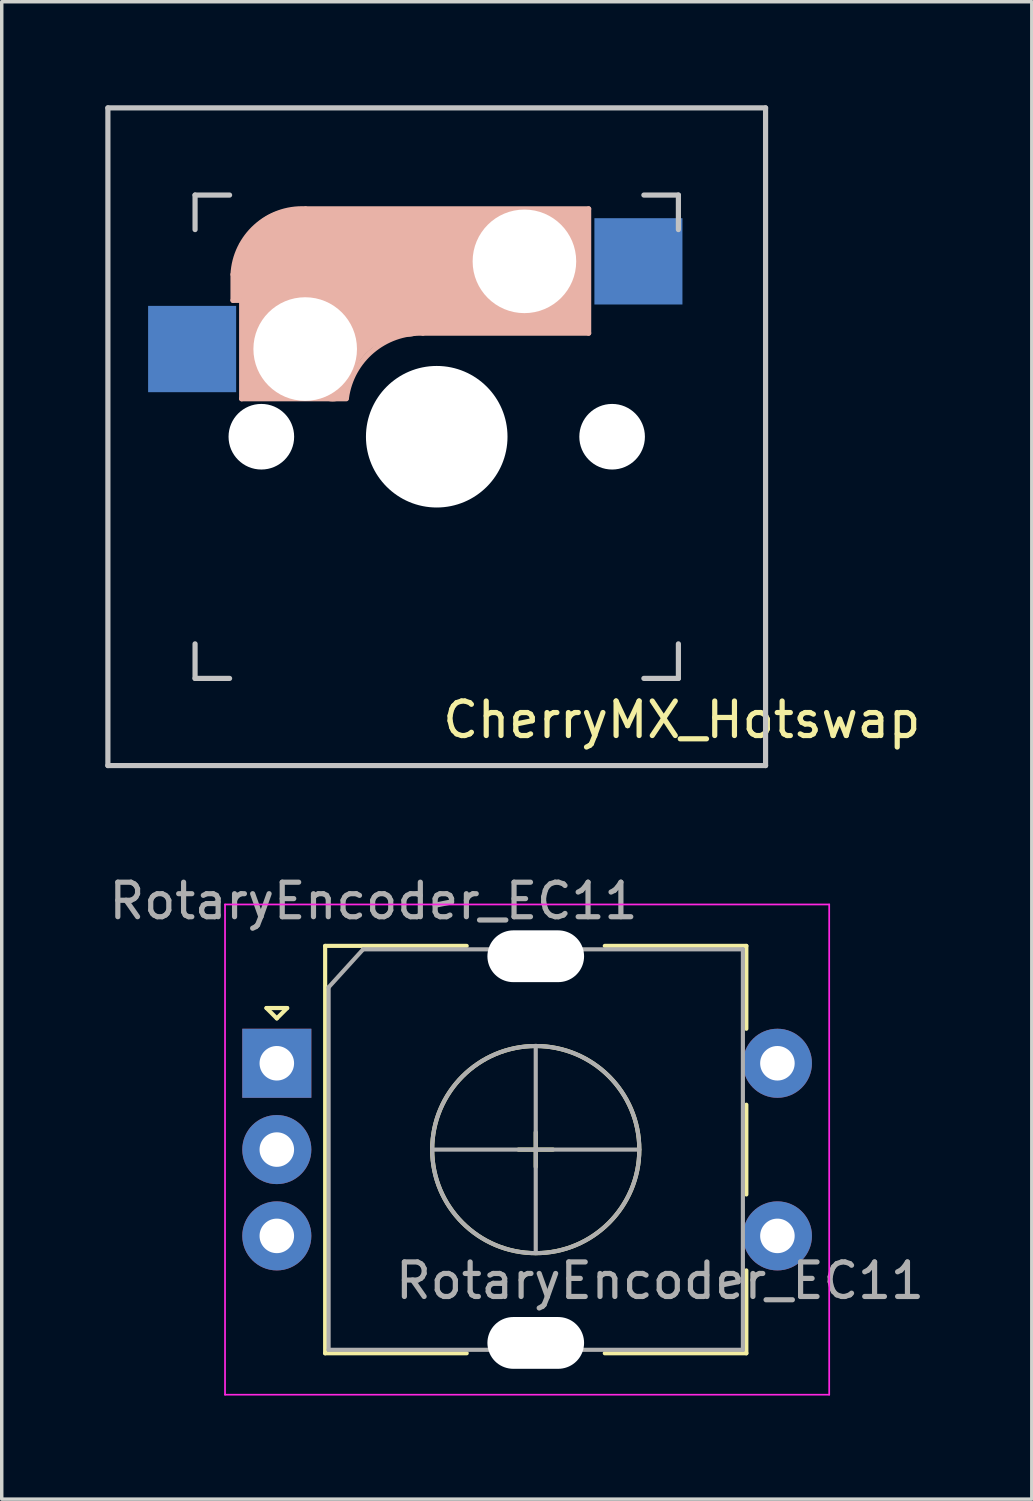
<source format=kicad_pcb>
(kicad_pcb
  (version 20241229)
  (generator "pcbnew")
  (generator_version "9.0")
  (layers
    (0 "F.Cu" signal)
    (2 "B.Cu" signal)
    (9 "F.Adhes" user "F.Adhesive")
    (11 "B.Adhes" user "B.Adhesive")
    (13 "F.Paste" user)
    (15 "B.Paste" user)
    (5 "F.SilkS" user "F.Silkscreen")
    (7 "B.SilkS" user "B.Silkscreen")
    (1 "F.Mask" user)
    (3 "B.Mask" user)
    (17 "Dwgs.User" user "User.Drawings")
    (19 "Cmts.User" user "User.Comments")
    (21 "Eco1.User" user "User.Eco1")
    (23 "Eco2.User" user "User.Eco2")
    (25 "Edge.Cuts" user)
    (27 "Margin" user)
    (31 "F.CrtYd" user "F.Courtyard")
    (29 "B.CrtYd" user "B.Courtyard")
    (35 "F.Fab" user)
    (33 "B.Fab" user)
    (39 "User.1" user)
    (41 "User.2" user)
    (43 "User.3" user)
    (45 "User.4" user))
  (footprint "CherryMX_Hotswap"
    (layer "F.Cu")
    (at 9.6 9.6)
    (property "Reference" "CherryMX_Hotswap" (at 7.1 8.2 0) (layer "F.SilkS") (effects (font (size 1 1) (thickness 0.15))))
    (attr through_hole)
    (fp_line (start -5.9 -4.7) (end -5.9 -3.95) (stroke (width 0.15) (type solid)) (layer "B.SilkS"))
    (fp_line (start -5.9 -3.95) (end -5.7 -3.95) (stroke (width 0.15) (type solid)) (layer "B.SilkS"))
    (fp_line (start -5.8 -4.05) (end -5.8 -4.7) (stroke (width 0.3) (type solid)) (layer "B.SilkS"))
    (fp_line (start -5.65 -5.55) (end -5.65 -1.1) (stroke (width 0.15) (type solid)) (layer "B.SilkS"))
    (fp_line (start -5.65 -1.1) (end -2.62 -1.1) (stroke (width 0.15) (type solid)) (layer "B.SilkS"))
    (fp_line (start -5.45 -1.3) (end -3 -1.3) (stroke (width 0.5) (type solid)) (layer "B.SilkS"))
    (fp_line (start -5.3 -1.6) (end -5.3 -3.4) (stroke (width 0.8) (type solid)) (layer "B.SilkS"))
    (fp_line (start -4.17 -5.1) (end -4.17 -2.86) (stroke (width 3) (type solid)) (layer "B.SilkS"))
    (fp_line (start -0.4 -3) (end 4.4 -3) (stroke (width 0.15) (type solid)) (layer "B.SilkS"))
    (fp_line (start 2.6 -4.8) (end -4.1 -4.8) (stroke (width 3.5) (type solid)) (layer "B.SilkS"))
    (fp_line (start 3.9 -6) (end 3.9 -3.5) (stroke (width 1) (type solid)) (layer "B.SilkS"))
    (fp_line (start 4.2 -3.25) (end 2.9 -3.3) (stroke (width 0.5) (type solid)) (layer "B.SilkS"))
    (fp_line (start 4.25 -6.4) (end 3 -6.4) (stroke (width 0.4) (type solid)) (layer "B.SilkS"))
    (fp_line (start 4.38 -4) (end 4.38 -6.25) (stroke (width 0.15) (type solid)) (layer "B.SilkS"))
    (fp_line (start 4.4 -6.6) (end -3.8 -6.6) (stroke (width 0.15) (type solid)) (layer "B.SilkS"))
    (fp_line (start 4.4 -3) (end 4.4 -6.6) (stroke (width 0.15) (type solid)) (layer "B.SilkS"))
    (fp_arc (start -5.9 -4.699999) (mid -5.243504 -6.084924) (end -3.800001 -6.6) (stroke (width 0.15) (type solid)) (layer "B.SilkS"))
    (fp_arc (start -3.016318 -1.521471) (mid -2.268709 -2.886118) (end -0.8 -3.4) (stroke (width 1) (type solid)) (layer "B.SilkS"))
    (fp_arc (start -2.616318 -1.121471) (mid -1.868709 -2.486118) (end -0.4 -3) (stroke (width 0.15) (type solid)) (layer "B.SilkS"))
    (fp_line (start -9.525 -9.525) (end 9.525 -9.525) (stroke (width 0.15) (type solid)) (layer "Dwgs.User"))
    (fp_line (start -9.525 9.525) (end -9.525 -9.525) (stroke (width 0.15) (type solid)) (layer "Dwgs.User"))
    (fp_line (start -7 -7) (end -6 -7) (stroke (width 0.15) (type solid)) (layer "Dwgs.User"))
    (fp_line (start -7 -6) (end -7 -7) (stroke (width 0.15) (type solid)) (layer "Dwgs.User"))
    (fp_line (start -7 6) (end -7 7) (stroke (width 0.15) (type solid)) (layer "Dwgs.User"))
    (fp_line (start -7 7) (end -6 7) (stroke (width 0.15) (type solid)) (layer "Dwgs.User"))
    (fp_line (start 6 7) (end 7 7) (stroke (width 0.15) (type solid)) (layer "Dwgs.User"))
    (fp_line (start 7 -7) (end 6 -7) (stroke (width 0.15) (type solid)) (layer "Dwgs.User"))
    (fp_line (start 7 -7) (end 7 -6) (stroke (width 0.15) (type solid)) (layer "Dwgs.User"))
    (fp_line (start 7 7) (end 7 6) (stroke (width 0.15) (type solid)) (layer "Dwgs.User"))
    (fp_line (start 9.525 -9.525) (end 9.525 9.525) (stroke (width 0.15) (type solid)) (layer "Dwgs.User"))
    (fp_line (start 9.525 9.525) (end -9.525 9.525) (stroke (width 0.15) (type solid)) (layer "Dwgs.User"))
    (pad "" np_thru_hole circle (at -5.08 0) (size 1.9 1.9) (drill 1.9) (layers "*.Cu" "*.Mask"))
    (pad "" np_thru_hole circle (at -3.81 -2.54) (size 3 3) (drill 3) (layers "*.Cu" "*.Mask"))
    (pad "" np_thru_hole circle (at 0 0 90) (size 4.1 4.1) (drill 4.1) (layers "*.Cu" "*.Mask"))
    (pad "" np_thru_hole circle (at 2.54 -5.08) (size 3 3) (drill 3) (layers "*.Cu" "*.Mask"))
    (pad "" np_thru_hole circle (at 5.08 0) (size 1.9 1.9) (drill 1.9) (layers "*.Cu" "*.Mask"))
    (pad "1" smd rect (at -7.085 -2.54 180) (size 2.55 2.5) (layers "B.Cu" "B.Mask" "B.Paste"))
    (pad "2" smd rect (at 5.842 -5.08 180) (size 2.55 2.5) (layers "B.Cu" "B.Mask" "B.Paste")))
  (footprint "RotaryEncoder_EC11"
    (layer "F.Cu")
    (at 12.468 30.248)
    (property "Reference" "RotaryEncoder_EC11" (at -4.7 -7.2 0) (layer "F.Fab") (effects (font (size 1 1) (thickness 0.15))))
    (attr through_hole)
    (fp_line (start -7.8 -4.1) (end -7.2 -4.1) (stroke (width 0.12) (type solid)) (layer "F.SilkS"))
    (fp_line (start -7.5 -3.8) (end -7.8 -4.1) (stroke (width 0.12) (type solid)) (layer "F.SilkS"))
    (fp_line (start -7.2 -4.1) (end -7.5 -3.8) (stroke (width 0.12) (type solid)) (layer "F.SilkS"))
    (fp_line (start -6.1 -5.9) (end -6.1 5.9) (stroke (width 0.12) (type solid)) (layer "F.SilkS"))
    (fp_line (start -2 -5.9) (end -6.1 -5.9) (stroke (width 0.12) (type solid)) (layer "F.SilkS"))
    (fp_line (start -2 5.9) (end -6.1 5.9) (stroke (width 0.12) (type solid)) (layer "F.SilkS"))
    (fp_line (start -0.5 0) (end 0.5 0) (stroke (width 0.12) (type solid)) (layer "F.SilkS"))
    (fp_line (start 0 -0.5) (end 0 0.5) (stroke (width 0.12) (type solid)) (layer "F.SilkS"))
    (fp_line (start 2 -5.9) (end 6.1 -5.9) (stroke (width 0.12) (type solid)) (layer "F.SilkS"))
    (fp_line (start 6.1 -5.9) (end 6.1 -3.5) (stroke (width 0.12) (type solid)) (layer "F.SilkS"))
    (fp_line (start 6.1 -1.3) (end 6.1 1.3) (stroke (width 0.12) (type solid)) (layer "F.SilkS"))
    (fp_line (start 6.1 3.5) (end 6.1 5.9) (stroke (width 0.12) (type solid)) (layer "F.SilkS"))
    (fp_line (start 6.1 5.9) (end 2 5.9) (stroke (width 0.12) (type solid)) (layer "F.SilkS"))
    (fp_circle (center 0 0) (end 3 0) (stroke (width 0.12) (type solid)) (fill no) (layer "F.SilkS"))
    (fp_line (start -9 -7.1) (end -9 7.1) (stroke (width 0.05) (type solid)) (layer "F.CrtYd"))
    (fp_line (start -9 -7.1) (end 8.5 -7.1) (stroke (width 0.05) (type solid)) (layer "F.CrtYd"))
    (fp_line (start 8.5 7.1) (end -9 7.1) (stroke (width 0.05) (type solid)) (layer "F.CrtYd"))
    (fp_line (start 8.5 7.1) (end 8.5 -7.1) (stroke (width 0.05) (type solid)) (layer "F.CrtYd"))
    (fp_line (start -6 -4.7) (end -5 -5.8) (stroke (width 0.12) (type solid)) (layer "F.Fab"))
    (fp_line (start -6 5.8) (end -6 -4.7) (stroke (width 0.12) (type solid)) (layer "F.Fab"))
    (fp_line (start -5 -5.8) (end 6 -5.8) (stroke (width 0.12) (type solid)) (layer "F.Fab"))
    (fp_line (start -3 0) (end 3 0) (stroke (width 0.12) (type solid)) (layer "F.Fab"))
    (fp_line (start 0 -3) (end 0 3) (stroke (width 0.12) (type solid)) (layer "F.Fab"))
    (fp_line (start 6 -5.8) (end 6 5.8) (stroke (width 0.12) (type solid)) (layer "F.Fab"))
    (fp_line (start 6 5.8) (end -6 5.8) (stroke (width 0.12) (type solid)) (layer "F.Fab"))
    (fp_circle (center 0 0) (end 3 0) (stroke (width 0.12) (type solid)) (fill no) (layer "F.Fab"))
    (fp_text user "${REFERENCE}" (at 3.6 3.8 0) (layer "F.Fab") (effects (font (size 1 1) (thickness 0.15))))
    (pad "" np_thru_hole oval (at 0 -5.6) (size 2.8 1.5) (drill oval 2.8 1.5) (layers "*.Cu" "*.Mask"))
    (pad "" np_thru_hole oval (at 0 5.6) (size 2.8 1.5) (drill oval 2.8 1.5) (layers "*.Cu" "*.Mask"))
    (pad "A" thru_hole rect (at -7.5 -2.5) (size 2 2) (drill 1) (layers "*.Cu" "*.Mask"))
    (pad "B" thru_hole circle (at -7.5 2.5) (size 2 2) (drill 1) (layers "*.Cu" "*.Mask"))
    (pad "C" thru_hole circle (at -7.5 0) (size 2 2) (drill 1) (layers "*.Cu" "*.Mask"))
    (pad "S1" thru_hole circle (at 7 2.5) (size 2 2) (drill 1) (layers "*.Cu" "*.Mask"))
    (pad "S2" thru_hole circle (at 7 -2.5) (size 2 2) (drill 1) (layers "*.Cu" "*.Mask")))
  (gr_rect
    (start -3 -3)
    (end 26.836 40.373)
    (stroke (width 0.1) (type default))
    (fill no)
    (layer "Edge.Cuts")))
</source>
